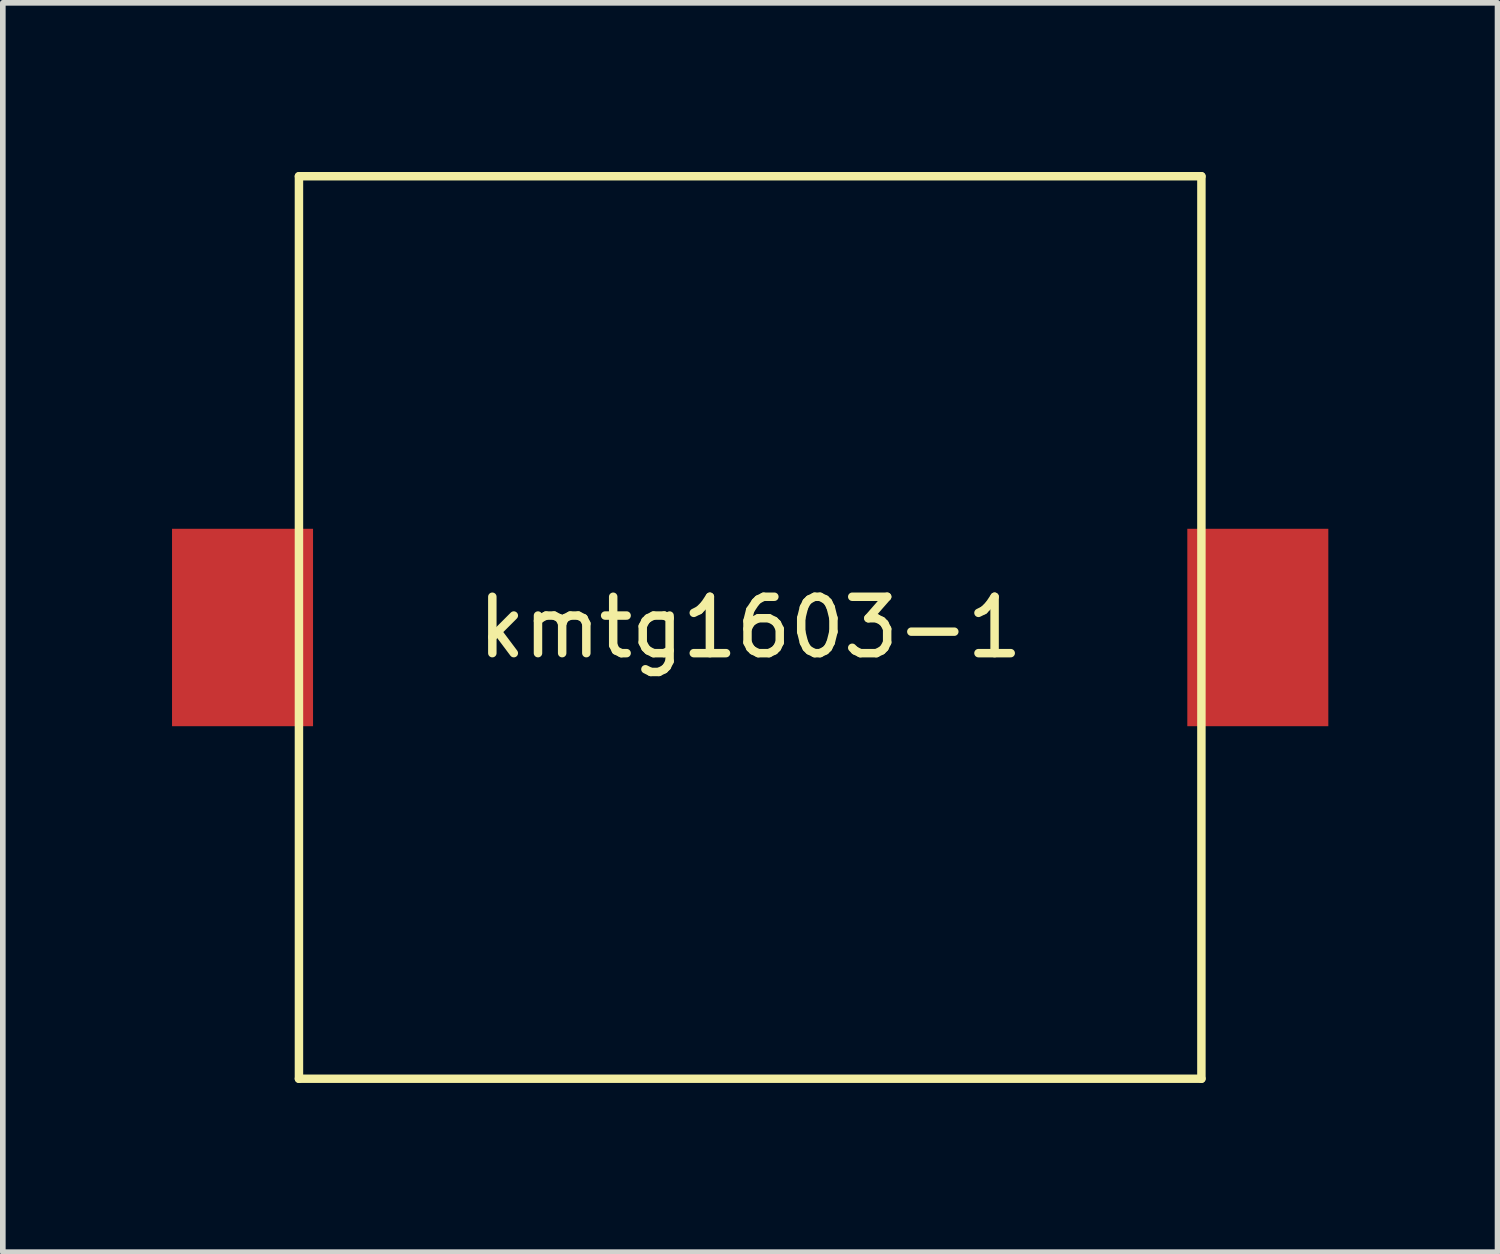
<source format=kicad_pcb>
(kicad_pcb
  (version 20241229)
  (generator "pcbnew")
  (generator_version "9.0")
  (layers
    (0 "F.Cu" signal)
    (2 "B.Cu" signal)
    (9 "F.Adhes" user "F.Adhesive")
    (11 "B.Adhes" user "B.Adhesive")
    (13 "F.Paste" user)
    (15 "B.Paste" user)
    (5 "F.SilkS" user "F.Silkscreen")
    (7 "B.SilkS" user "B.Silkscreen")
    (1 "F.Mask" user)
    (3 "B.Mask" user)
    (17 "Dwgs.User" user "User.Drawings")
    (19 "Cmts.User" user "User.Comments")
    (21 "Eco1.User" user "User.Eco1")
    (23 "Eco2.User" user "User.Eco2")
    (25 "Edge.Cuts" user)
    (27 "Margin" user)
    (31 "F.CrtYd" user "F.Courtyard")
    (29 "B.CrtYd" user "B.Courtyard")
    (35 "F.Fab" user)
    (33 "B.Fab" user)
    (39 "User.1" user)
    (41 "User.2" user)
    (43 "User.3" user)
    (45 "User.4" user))
  (footprint "kmtg1603-1"
    (layer "F.Cu")
    (at 10.25 8.075)
    (property "Reference" "kmtg1603-1" (at 0 0 0) (layer "F.SilkS") (effects (font (size 1 1) (thickness 0.15))))
    (attr through_hole)
    (fp_line (start -8 -8) (end 8 -8) (stroke (width 0.15) (type solid)) (layer "F.SilkS"))
    (fp_line (start -8 8) (end -8 -8) (stroke (width 0.15) (type solid)) (layer "F.SilkS"))
    (fp_line (start 8 -8) (end 8 8) (stroke (width 0.15) (type solid)) (layer "F.SilkS"))
    (fp_line (start 8 8) (end -8 8) (stroke (width 0.15) (type solid)) (layer "F.SilkS"))
    (pad "1" smd rect (at -9 0) (size 2.5 3.5) (layers "F.Cu" "F.Mask" "F.Paste"))
    (pad "2" smd rect (at 9 0) (size 2.5 3.5) (layers "F.Cu" "F.Mask" "F.Paste")))
  (gr_rect
    (start -3 -3)
    (end 23.5 19.15)
    (stroke (width 0.1) (type default))
    (fill no)
    (layer "Edge.Cuts")))
</source>
